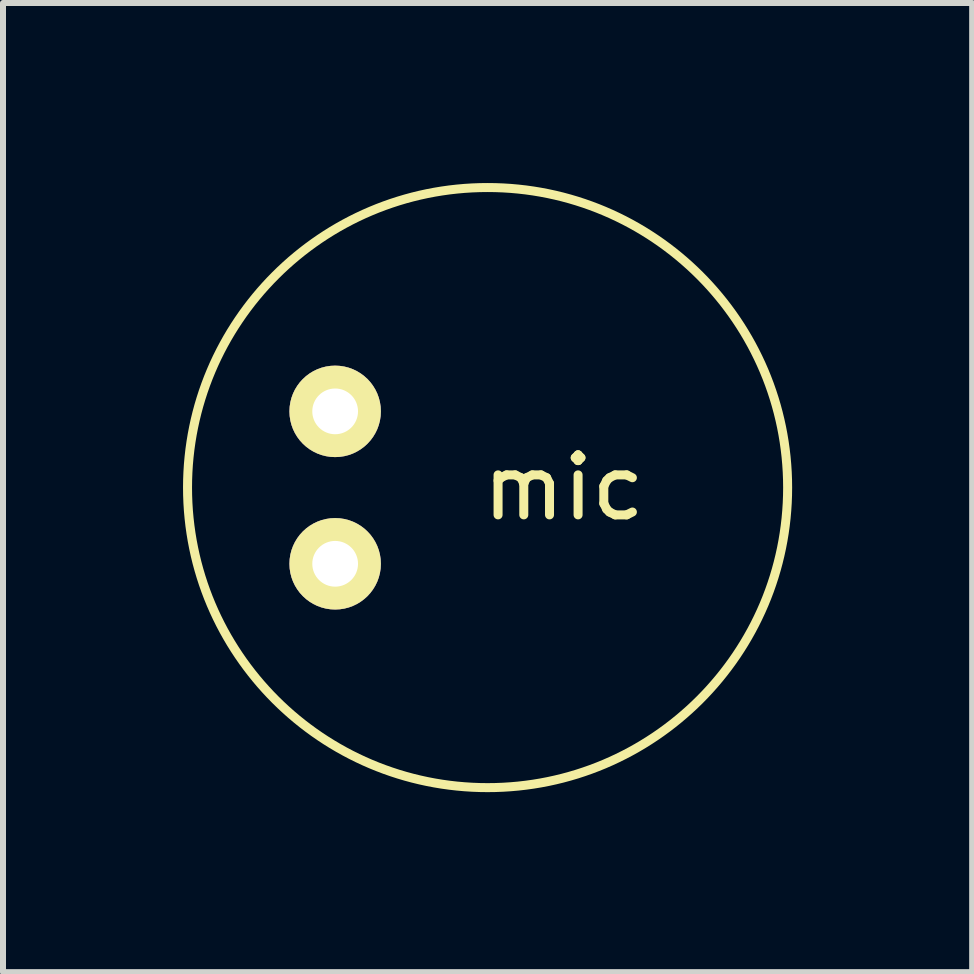
<source format=kicad_pcb>
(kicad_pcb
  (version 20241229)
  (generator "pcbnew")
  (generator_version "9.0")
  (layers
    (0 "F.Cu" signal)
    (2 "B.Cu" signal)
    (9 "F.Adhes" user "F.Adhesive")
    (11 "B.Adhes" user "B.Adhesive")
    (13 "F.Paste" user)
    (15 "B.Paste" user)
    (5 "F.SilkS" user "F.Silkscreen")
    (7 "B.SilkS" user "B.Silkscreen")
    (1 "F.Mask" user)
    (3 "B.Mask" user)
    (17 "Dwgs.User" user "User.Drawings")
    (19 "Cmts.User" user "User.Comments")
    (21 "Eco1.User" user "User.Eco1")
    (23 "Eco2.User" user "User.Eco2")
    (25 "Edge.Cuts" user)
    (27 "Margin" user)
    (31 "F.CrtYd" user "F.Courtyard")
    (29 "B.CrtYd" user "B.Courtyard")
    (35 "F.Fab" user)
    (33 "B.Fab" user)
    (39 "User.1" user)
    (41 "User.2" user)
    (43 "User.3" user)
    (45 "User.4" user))
  (footprint "mic"
    (layer "F.Cu")
    (at 5.075 5.075)
    (property "Reference" "mic" (at 1.27 0 0) (layer "F.SilkS") (effects (font (size 1 1) (thickness 0.15))))
    (attr through_hole)
    (fp_circle (center 0 0) (end 0 -5) (stroke (width 0.15) (type solid)) (fill no) (layer "F.SilkS"))
    (pad "1" thru_hole circle (at -2.54 -1.27) (size 1.524 1.524) (drill 0.762) (layers "*.Cu" "*.Mask" "F.SilkS"))
    (pad "2" thru_hole circle (at -2.54 1.27) (size 1.524 1.524) (drill 0.762) (layers "*.Cu" "*.Mask" "F.SilkS")))
  (gr_rect
    (start -3 -3)
    (end 13.15 13.15)
    (stroke (width 0.1) (type default))
    (fill no)
    (layer "Edge.Cuts")))
</source>
